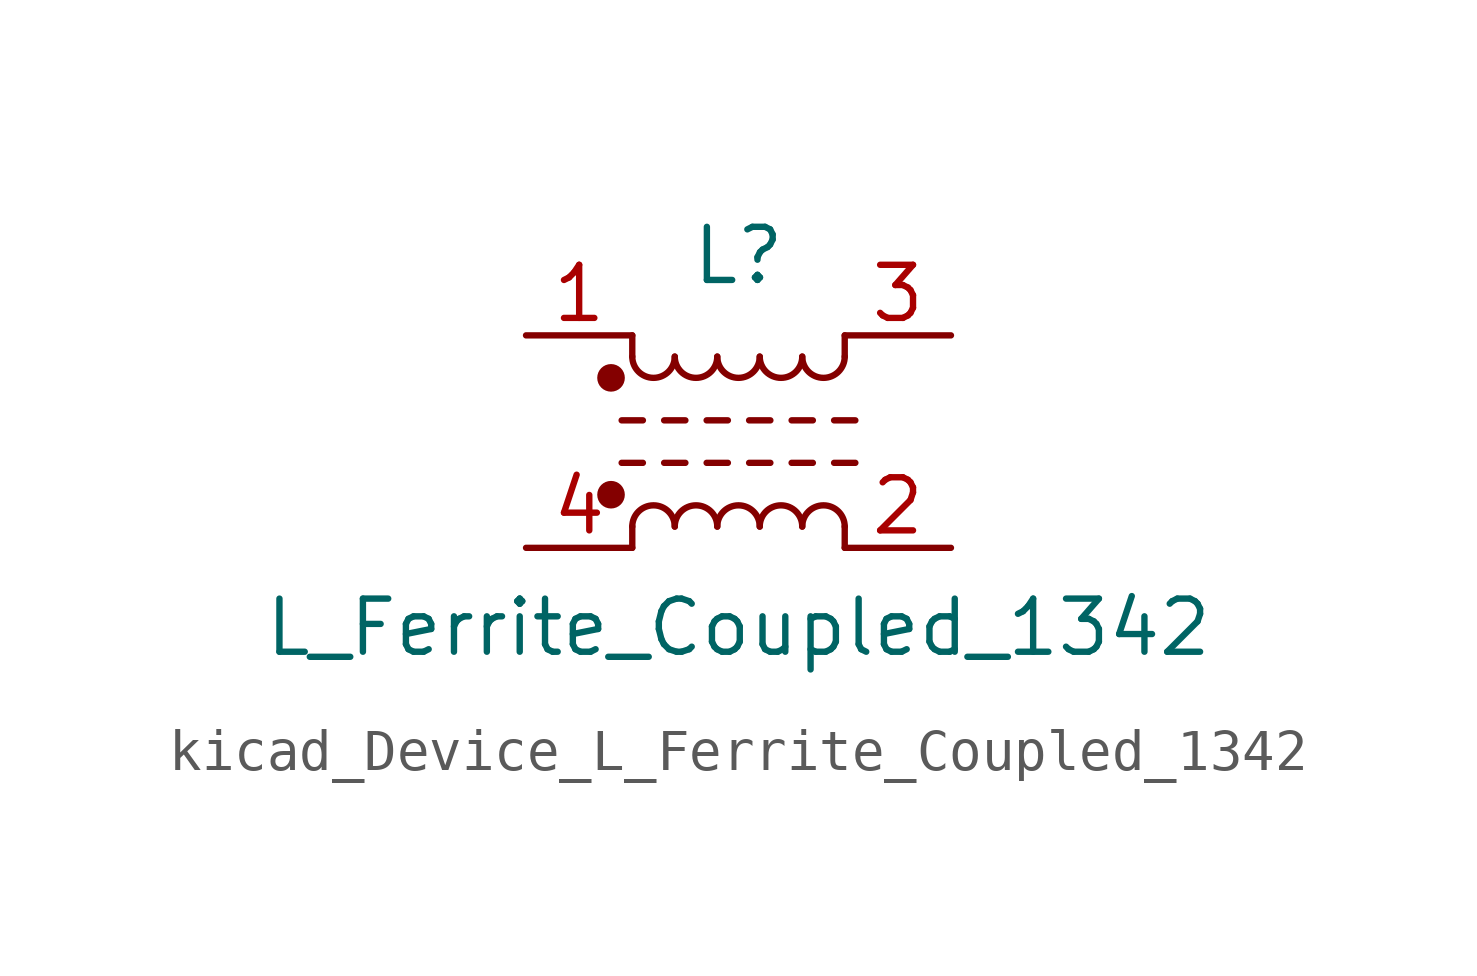
<source format=kicad_sym>
(kicad_symbol_lib
  (version 20220914)
  (generator kicad_symbol_editor)
  (symbol "kicad_Device_L_Ferrite_Coupled_1342"
    (pin_names
      (offset 0.254) hide)
    (property "Reference" "L"
      (at 0 4.445 0)
      (effects (font (size 1.27 1.27))))
    (property "Value" "L_Ferrite_Coupled_1342"
      (at 0 -4.445 0)
      (effects (font (size 1.27 1.27))))
    (symbol "kicad_Device_L_Ferrite_Coupled_1342_0_1"
      (circle (center -3.048 -1.27) (radius 0.254) (stroke (width 0) (type default)) (fill (type outline)))
      (circle (center -3.048 1.524) (radius 0.254) (stroke (width 0) (type default)) (fill (type outline)))
      (arc (start -2.54 2.032) (mid -2.032 1.5262) (end -1.524 2.032) (stroke (width 0) (type default)) (fill (type none)))
      (arc (start -1.524 -2.032) (mid -2.032 -1.5262) (end -2.54 -2.032) (stroke (width 0) (type default)) (fill (type none)))
      (arc (start -1.524 2.032) (mid -1.016 1.5262) (end -0.508 2.032) (stroke (width 0) (type default)) (fill (type none)))
      (arc (start -0.508 -2.032) (mid -1.016 -1.5262) (end -1.524 -2.032) (stroke (width 0) (type default)) (fill (type none)))
      (arc (start -0.508 2.032) (mid 0 1.5262) (end 0.508 2.032) (stroke (width 0) (type default)) (fill (type none)))
      (polyline (pts (xy -2.794 -0.508) (xy -2.286 -0.508)) (stroke (width 0) (type default)) (fill (type none)))
      (polyline (pts (xy -2.794 0.508) (xy -2.286 0.508)) (stroke (width 0) (type default)) (fill (type none)))
      (polyline (pts (xy -2.54 -2.032) (xy -2.54 -2.54)) (stroke (width 0) (type default)) (fill (type none)))
      (polyline (pts (xy -2.54 2.032) (xy -2.54 2.54)) (stroke (width 0) (type default)) (fill (type none)))
      (polyline (pts (xy -1.778 -0.508) (xy -1.27 -0.508)) (stroke (width 0) (type default)) (fill (type none)))
      (polyline (pts (xy -1.778 0.508) (xy -1.27 0.508)) (stroke (width 0) (type default)) (fill (type none)))
      (polyline (pts (xy -0.762 -0.508) (xy -0.254 -0.508)) (stroke (width 0) (type default)) (fill (type none)))
      (polyline (pts (xy -0.762 0.508) (xy -0.254 0.508)) (stroke (width 0) (type default)) (fill (type none)))
      (polyline (pts (xy 0.254 -0.508) (xy 0.762 -0.508)) (stroke (width 0) (type default)) (fill (type none)))
      (polyline (pts (xy 0.254 0.508) (xy 0.762 0.508)) (stroke (width 0) (type default)) (fill (type none)))
      (polyline (pts (xy 1.27 -0.508) (xy 1.778 -0.508)) (stroke (width 0) (type default)) (fill (type none)))
      (polyline (pts (xy 1.27 0.508) (xy 1.778 0.508)) (stroke (width 0) (type default)) (fill (type none)))
      (polyline (pts (xy 2.286 -0.508) (xy 2.794 -0.508)) (stroke (width 0) (type default)) (fill (type none)))
      (polyline (pts (xy 2.286 0.508) (xy 2.794 0.508)) (stroke (width 0) (type default)) (fill (type none)))
      (polyline (pts (xy 2.54 -2.032) (xy 2.54 -2.54)) (stroke (width 0) (type default)) (fill (type none)))
      (polyline (pts (xy 2.54 2.54) (xy 2.54 2.032)) (stroke (width 0) (type default)) (fill (type none)))
      (arc (start 0.508 -2.032) (mid 0 -1.5262) (end -0.508 -2.032) (stroke (width 0) (type default)) (fill (type none)))
      (arc (start 0.508 2.032) (mid 1.016 1.5262) (end 1.524 2.032) (stroke (width 0) (type default)) (fill (type none)))
      (arc (start 1.524 -2.032) (mid 1.016 -1.5262) (end 0.508 -2.032) (stroke (width 0) (type default)) (fill (type none)))
      (arc (start 1.524 2.032) (mid 2.032 1.5262) (end 2.54 2.032) (stroke (width 0) (type default)) (fill (type none)))
      (arc (start 2.54 -2.032) (mid 2.032 -1.5262) (end 1.524 -2.032) (stroke (width 0) (type default)) (fill (type none))))
    (symbol "kicad_Device_L_Ferrite_Coupled_1342_1_1"
      (pin passive line (at -5.08 2.54 0) (length 2.54) (name "1" (effects (font (size 1.27 1.27)))) (number "1" (effects (font (size 1.27 1.27)))))
      (pin passive line (at 5.08 -2.54 180) (length 2.54) (name "2" (effects (font (size 1.27 1.27)))) (number "2" (effects (font (size 1.27 1.27)))))
      (pin passive line (at 5.08 2.54 180) (length 2.54) (name "3" (effects (font (size 1.27 1.27)))) (number "3" (effects (font (size 1.27 1.27)))))
      (pin passive line (at -5.08 -2.54 0) (length 2.54) (name "4" (effects (font (size 1.27 1.27)))) (number "4" (effects (font (size 1.27 1.27))))))))
</source>
